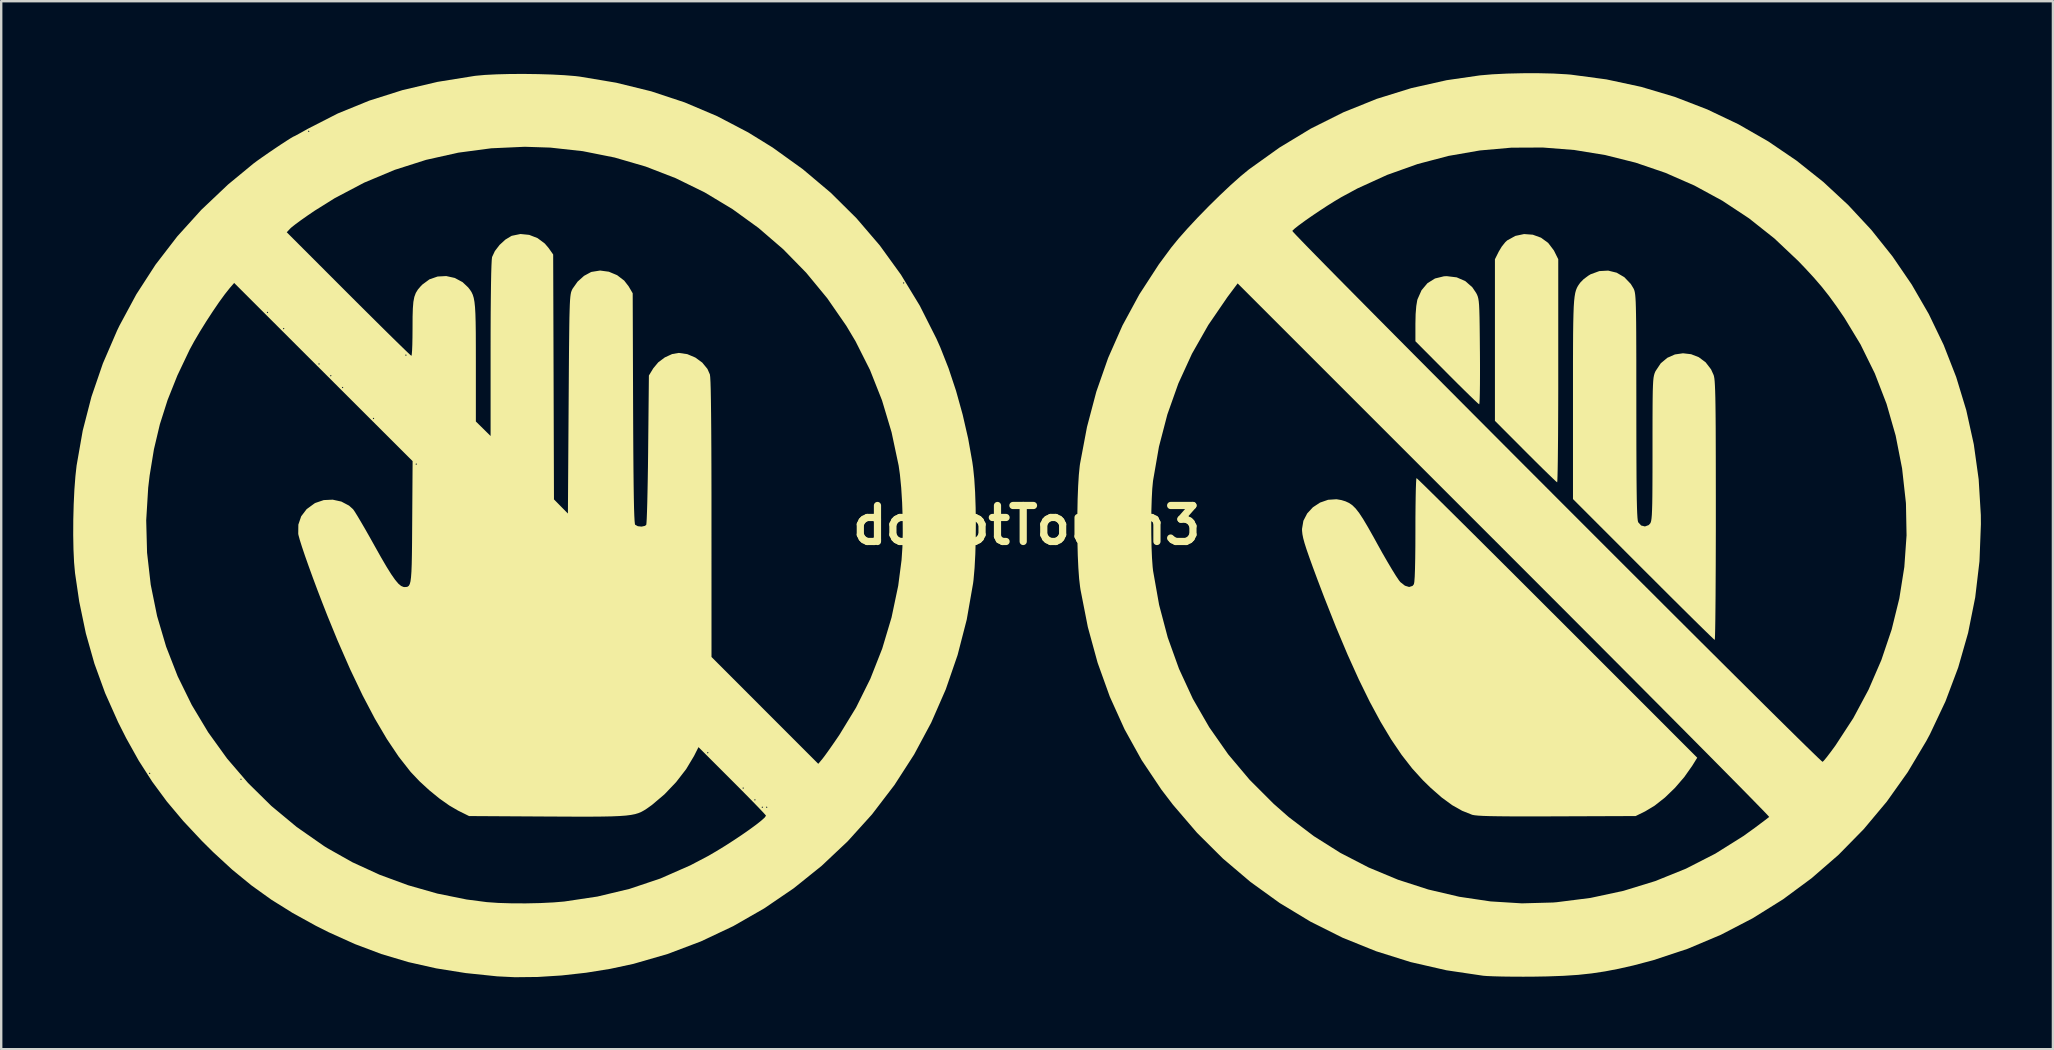
<source format=kicad_pcb>
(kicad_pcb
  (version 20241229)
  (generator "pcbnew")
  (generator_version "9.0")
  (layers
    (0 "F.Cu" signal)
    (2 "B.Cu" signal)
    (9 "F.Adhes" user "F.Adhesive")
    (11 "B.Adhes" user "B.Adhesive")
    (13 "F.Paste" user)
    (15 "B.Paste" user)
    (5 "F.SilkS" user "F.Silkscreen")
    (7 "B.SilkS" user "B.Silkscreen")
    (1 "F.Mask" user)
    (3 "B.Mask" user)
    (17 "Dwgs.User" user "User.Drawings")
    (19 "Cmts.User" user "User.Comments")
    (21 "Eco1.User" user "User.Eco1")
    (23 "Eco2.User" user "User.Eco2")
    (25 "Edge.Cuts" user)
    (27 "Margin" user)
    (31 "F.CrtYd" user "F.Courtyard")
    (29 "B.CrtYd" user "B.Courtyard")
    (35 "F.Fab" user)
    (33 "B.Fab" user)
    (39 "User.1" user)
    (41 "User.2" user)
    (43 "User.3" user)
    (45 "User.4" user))
  (footprint "doNotTouch3"
    (layer "F.Cu")
    (at 39.721 18.831)
    (property "Reference" "doNotTouch3" (at 0 0 0) (layer "F.SilkS") (effects (font (size 1.5 1.5) (thickness 0.3))))
    (attr board_only exclude_from_pos_files exclude_from_bom)
    (fp_poly (pts (xy 21.087 -12.103) (xy 21.429 -11.979) (xy 21.727 -11.762) (xy 21.959 -11.457) (xy 21.986 -11.407) (xy 22.148 -11.081) (xy 22.148 -6.43) (xy 22.148 -5.687) (xy 22.146 -4.981) (xy 22.143 -4.321) (xy 22.14 -3.716) (xy 22.135 -3.177) (xy 22.13 -2.712) (xy 22.124 -2.332) (xy 22.117 -2.044) (xy 22.11 -1.86) (xy 22.103 -1.787) (xy 22.102 -1.787) (xy 22.049 -1.83) (xy 21.92 -1.951) (xy 21.728 -2.136) (xy 21.482 -2.376) (xy 21.195 -2.66) (xy 20.877 -2.977) (xy 20.783 -3.071) (xy 19.51 -4.348) (xy 19.51 -7.714) (xy 19.51 -11.081) (xy 19.67 -11.401) (xy 19.795 -11.609) (xy 19.941 -11.791) (xy 20.023 -11.867) (xy 20.362 -12.053) (xy 20.724 -12.13)) (stroke (width 0) (type solid)) (fill yes) (layer "F.SilkS"))
    (fp_poly (pts (xy 17.917 -10.326) (xy 18.275 -10.17) (xy 18.566 -9.915) (xy 18.728 -9.675) (xy 18.765 -9.603) (xy 18.794 -9.53) (xy 18.817 -9.441) (xy 18.836 -9.323) (xy 18.85 -9.163) (xy 18.86 -8.947) (xy 18.868 -8.663) (xy 18.874 -8.297) (xy 18.879 -7.836) (xy 18.884 -7.266) (xy 18.885 -7.224) (xy 18.888 -6.72) (xy 18.888 -6.256) (xy 18.886 -5.848) (xy 18.881 -5.508) (xy 18.874 -5.25) (xy 18.865 -5.088) (xy 18.854 -5.036) (xy 18.8 -5.079) (xy 18.671 -5.199) (xy 18.477 -5.385) (xy 18.231 -5.626) (xy 17.942 -5.911) (xy 17.623 -6.23) (xy 17.501 -6.353) (xy 16.197 -7.664) (xy 16.197 -8.393) (xy 16.206 -8.794) (xy 16.233 -9.13) (xy 16.274 -9.375) (xy 16.284 -9.411) (xy 16.453 -9.791) (xy 16.699 -10.083) (xy 17.013 -10.279) (xy 17.385 -10.37) (xy 17.503 -10.376)) (stroke (width 0) (type solid)) (fill yes) (layer "F.SilkS"))
    (fp_poly (pts (xy 16.291 -1.921) (xy 16.421 -1.796) (xy 16.628 -1.595) (xy 16.905 -1.322) (xy 17.25 -0.982) (xy 17.655 -0.581) (xy 18.117 -0.123) (xy 18.631 0.387) (xy 19.19 0.944) (xy 19.791 1.542) (xy 20.428 2.177) (xy 21.096 2.844) (xy 21.789 3.537) (xy 22.114 3.861) (xy 27.938 9.686) (xy 27.728 10.025) (xy 27.397 10.494) (xy 27.01 10.943) (xy 26.59 11.348) (xy 26.162 11.685) (xy 25.77 11.921) (xy 25.372 12.117) (xy 22.088 12.129) (xy 21.321 12.132) (xy 20.669 12.132) (xy 20.121 12.13) (xy 19.671 12.126) (xy 19.309 12.12) (xy 19.027 12.111) (xy 18.816 12.099) (xy 18.667 12.084) (xy 18.572 12.067) (xy 18.559 12.063) (xy 18.143 11.897) (xy 17.727 11.662) (xy 17.296 11.347) (xy 16.833 10.941) (xy 16.504 10.62) (xy 16.063 10.134) (xy 15.624 9.57) (xy 15.185 8.922) (xy 14.743 8.185) (xy 14.295 7.355) (xy 13.839 6.426) (xy 13.372 5.393) (xy 12.891 4.252) (xy 12.395 2.998) (xy 12.118 2.27) (xy 11.927 1.756) (xy 11.777 1.34) (xy 11.662 1.01) (xy 11.579 0.749) (xy 11.523 0.543) (xy 11.49 0.377) (xy 11.475 0.236) (xy 11.473 0.155) (xy 11.53 -0.184) (xy 11.688 -0.489) (xy 11.926 -0.747) (xy 12.223 -0.942) (xy 12.559 -1.059) (xy 12.912 -1.082) (xy 13.117 -1.046) (xy 13.286 -0.994) (xy 13.435 -0.925) (xy 13.573 -0.829) (xy 13.71 -0.693) (xy 13.857 -0.504) (xy 14.024 -0.249) (xy 14.221 0.083) (xy 14.459 0.505) (xy 14.602 0.765) (xy 14.819 1.156) (xy 15.029 1.52) (xy 15.22 1.842) (xy 15.382 2.104) (xy 15.506 2.289) (xy 15.57 2.37) (xy 15.761 2.52) (xy 15.936 2.574) (xy 16.077 2.529) (xy 16.134 2.458) (xy 16.152 2.361) (xy 16.168 2.146) (xy 16.18 1.821) (xy 16.189 1.39) (xy 16.195 0.86) (xy 16.197 0.236) (xy 16.197 0.188) (xy 16.198 -0.312) (xy 16.202 -0.771) (xy 16.208 -1.175) (xy 16.215 -1.51) (xy 16.224 -1.762) (xy 16.234 -1.917) (xy 16.243 -1.963)) (stroke (width 0) (type solid)) (fill yes) (layer "F.SilkS"))
    (fp_poly (pts (xy 24.582 -10.52) (xy 24.902 -10.332) (xy 25.169 -10.052) (xy 25.283 -9.865) (xy 25.305 -9.818) (xy 25.324 -9.764) (xy 25.34 -9.692) (xy 25.354 -9.596) (xy 25.365 -9.466) (xy 25.375 -9.294) (xy 25.382 -9.071) (xy 25.388 -8.788) (xy 25.393 -8.438) (xy 25.396 -8.012) (xy 25.398 -7.501) (xy 25.4 -6.897) (xy 25.4 -6.191) (xy 25.401 -5.375) (xy 25.401 -4.957) (xy 25.402 -4.042) (xy 25.403 -3.242) (xy 25.406 -2.552) (xy 25.409 -1.964) (xy 25.414 -1.471) (xy 25.42 -1.067) (xy 25.428 -0.744) (xy 25.437 -0.495) (xy 25.448 -0.315) (xy 25.461 -0.195) (xy 25.476 -0.13) (xy 25.479 -0.123) (xy 25.601 0.012) (xy 25.76 0.052) (xy 25.914 -0.005) (xy 25.977 -0.072) (xy 26 -0.115) (xy 26.019 -0.182) (xy 26.034 -0.283) (xy 26.047 -0.429) (xy 26.056 -0.63) (xy 26.064 -0.896) (xy 26.069 -1.237) (xy 26.072 -1.665) (xy 26.074 -2.189) (xy 26.075 -2.821) (xy 26.075 -3.185) (xy 26.075 -3.866) (xy 26.076 -4.436) (xy 26.078 -4.906) (xy 26.081 -5.286) (xy 26.086 -5.588) (xy 26.094 -5.822) (xy 26.104 -6.001) (xy 26.117 -6.135) (xy 26.135 -6.235) (xy 26.156 -6.312) (xy 26.182 -6.378) (xy 26.203 -6.423) (xy 26.418 -6.745) (xy 26.693 -6.975) (xy 27.008 -7.114) (xy 27.345 -7.163) (xy 27.683 -7.124) (xy 28.003 -6.999) (xy 28.287 -6.788) (xy 28.514 -6.493) (xy 28.622 -6.254) (xy 28.638 -6.195) (xy 28.653 -6.108) (xy 28.665 -5.986) (xy 28.675 -5.821) (xy 28.684 -5.607) (xy 28.692 -5.334) (xy 28.698 -4.997) (xy 28.703 -4.586) (xy 28.707 -4.096) (xy 28.709 -3.517) (xy 28.711 -2.842) (xy 28.712 -2.065) (xy 28.713 -1.177) (xy 28.713 -0.606) (xy 28.713 0.196) (xy 28.711 0.961) (xy 28.709 1.682) (xy 28.705 2.348) (xy 28.702 2.953) (xy 28.697 3.486) (xy 28.692 3.94) (xy 28.686 4.304) (xy 28.68 4.572) (xy 28.673 4.733) (xy 28.667 4.78) (xy 28.617 4.737) (xy 28.488 4.614) (xy 28.286 4.418) (xy 28.019 4.157) (xy 27.695 3.837) (xy 27.32 3.466) (xy 26.901 3.05) (xy 26.446 2.597) (xy 25.963 2.114) (xy 25.691 1.843) (xy 22.762 -1.089) (xy 22.762 -5.261) (xy 22.762 -6.104) (xy 22.762 -6.834) (xy 22.764 -7.459) (xy 22.767 -7.989) (xy 22.773 -8.432) (xy 22.782 -8.799) (xy 22.793 -9.097) (xy 22.809 -9.337) (xy 22.83 -9.526) (xy 22.855 -9.675) (xy 22.887 -9.792) (xy 22.925 -9.887) (xy 22.969 -9.969) (xy 23.021 -10.046) (xy 23.072 -10.115) (xy 23.206 -10.251) (xy 23.396 -10.393) (xy 23.498 -10.455) (xy 23.86 -10.587) (xy 24.228 -10.607)) (stroke (width 0) (type solid)) (fill yes) (layer "F.SilkS"))
    (fp_poly (pts (xy 21.943 -18.817) (xy 22.497 -18.786) (xy 22.67 -18.772) (xy 24.157 -18.573) (xy 25.604 -18.262) (xy 27.005 -17.844) (xy 28.357 -17.322) (xy 29.656 -16.703) (xy 30.896 -15.991) (xy 32.074 -15.19) (xy 33.185 -14.306) (xy 34.224 -13.343) (xy 35.189 -12.306) (xy 36.073 -11.199) (xy 36.873 -10.028) (xy 37.585 -8.797) (xy 38.204 -7.511) (xy 38.726 -6.175) (xy 39.146 -4.794) (xy 39.46 -3.371) (xy 39.663 -1.913) (xy 39.753 -0.423) (xy 39.756 -0.04) (xy 39.697 1.5) (xy 39.519 3.009) (xy 39.223 4.486) (xy 38.81 5.929) (xy 38.281 7.336) (xy 37.635 8.704) (xy 37.483 8.988) (xy 36.706 10.29) (xy 35.834 11.517) (xy 34.873 12.664) (xy 33.829 13.728) (xy 32.706 14.704) (xy 31.51 15.588) (xy 30.247 16.376) (xy 28.922 17.064) (xy 27.54 17.647) (xy 26.107 18.122) (xy 25.277 18.341) (xy 24.663 18.48) (xy 24.095 18.589) (xy 23.543 18.672) (xy 22.977 18.733) (xy 22.368 18.773) (xy 21.686 18.798) (xy 21.167 18.807) (xy 20.699 18.81) (xy 20.241 18.808) (xy 19.818 18.803) (xy 19.452 18.793) (xy 19.168 18.781) (xy 19.019 18.769) (xy 17.489 18.542) (xy 16 18.201) (xy 14.557 17.748) (xy 13.164 17.186) (xy 11.826 16.516) (xy 10.546 15.742) (xy 9.329 14.865) (xy 8.179 13.889) (xy 7.1 12.816) (xy 6.097 11.647) (xy 5.611 11.01) (xy 4.793 9.788) (xy 4.079 8.501) (xy 3.467 7.148) (xy 2.957 5.729) (xy 2.55 4.243) (xy 2.245 2.689) (xy 2.228 2.577) (xy 2.187 2.229) (xy 2.155 1.782) (xy 2.131 1.261) (xy 2.117 0.689) (xy 2.111 0.09) (xy 2.112 -0.111) (xy 5.191 -0.111) (xy 5.194 0.412) (xy 5.204 0.914) (xy 5.223 1.366) (xy 5.25 1.74) (xy 5.268 1.902) (xy 5.519 3.318) (xy 5.879 4.679) (xy 6.348 5.984) (xy 6.924 7.231) (xy 7.608 8.418) (xy 8.397 9.545) (xy 9.293 10.609) (xy 10.293 11.609) (xy 10.919 12.159) (xy 11.959 12.95) (xy 13.072 13.652) (xy 14.247 14.259) (xy 15.471 14.769) (xy 16.734 15.177) (xy 18.022 15.479) (xy 19.326 15.673) (xy 20.632 15.754) (xy 21.928 15.719) (xy 22.087 15.706) (xy 23.494 15.527) (xy 24.863 15.233) (xy 26.189 14.826) (xy 27.468 14.309) (xy 28.694 13.682) (xy 29.864 12.948) (xy 30.342 12.604) (xy 30.567 12.435) (xy 30.756 12.293) (xy 30.886 12.193) (xy 30.936 12.154) (xy 30.897 12.108) (xy 30.775 11.978) (xy 30.573 11.77) (xy 30.295 11.485) (xy 29.945 11.128) (xy 29.526 10.703) (xy 29.042 10.213) (xy 28.497 9.662) (xy 27.894 9.054) (xy 27.236 8.391) (xy 26.528 7.679) (xy 25.772 6.919) (xy 24.974 6.117) (xy 24.135 5.275) (xy 23.26 4.398) (xy 22.353 3.489) (xy 21.416 2.551) (xy 20.455 1.589) (xy 19.886 1.02) (xy 8.791 -10.074) (xy 8.363 -9.501) (xy 7.568 -8.34) (xy 6.887 -7.142) (xy 6.32 -5.903) (xy 5.863 -4.615) (xy 5.513 -3.272) (xy 5.269 -1.869) (xy 5.265 -1.841) (xy 5.234 -1.519) (xy 5.212 -1.105) (xy 5.197 -0.626) (xy 5.191 -0.111) (xy 2.112 -0.111) (xy 2.114 -0.512) (xy 2.125 -1.094) (xy 2.146 -1.631) (xy 2.175 -2.099) (xy 2.213 -2.476) (xy 2.224 -2.554) (xy 2.515 -4.094) (xy 2.904 -5.564) (xy 3.396 -6.97) (xy 3.992 -8.319) (xy 4.695 -9.616) (xy 5.507 -10.866) (xy 6.023 -11.565) (xy 6.328 -11.939) (xy 6.613 -12.261) (xy 11.068 -12.261) (xy 11.107 -12.213) (xy 11.229 -12.082) (xy 11.429 -11.874) (xy 11.702 -11.592) (xy 12.045 -11.242) (xy 12.452 -10.827) (xy 12.919 -10.353) (xy 13.443 -9.823) (xy 14.018 -9.242) (xy 14.64 -8.614) (xy 15.304 -7.945) (xy 16.007 -7.237) (xy 16.743 -6.497) (xy 17.509 -5.728) (xy 18.299 -4.934) (xy 19.11 -4.12) (xy 19.936 -3.291) (xy 20.774 -2.451) (xy 21.619 -1.605) (xy 22.467 -0.756) (xy 23.313 0.09) (xy 24.152 0.93) (xy 24.981 1.758) (xy 25.795 2.571) (xy 26.589 3.364) (xy 27.359 4.132) (xy 28.1 4.871) (xy 28.809 5.576) (xy 29.48 6.244) (xy 30.11 6.869) (xy 30.693 7.448) (xy 31.225 7.975) (xy 31.703 8.447) (xy 32.12 8.858) (xy 32.474 9.205) (xy 32.76 9.483) (xy 32.972 9.688) (xy 33.107 9.814) (xy 33.161 9.859) (xy 33.161 9.859) (xy 33.218 9.804) (xy 33.33 9.668) (xy 33.482 9.47) (xy 33.66 9.228) (xy 33.703 9.168) (xy 34.439 8.039) (xy 35.075 6.852) (xy 35.609 5.618) (xy 36.038 4.347) (xy 36.358 3.05) (xy 36.566 1.739) (xy 36.659 0.423) (xy 36.634 -0.886) (xy 36.63 -0.949) (xy 36.473 -2.364) (xy 36.205 -3.733) (xy 35.826 -5.054) (xy 35.337 -6.322) (xy 34.739 -7.536) (xy 34.068 -8.643) (xy 33.736 -9.127) (xy 33.431 -9.547) (xy 33.126 -9.933) (xy 32.795 -10.317) (xy 32.412 -10.731) (xy 32.15 -11.005) (xy 31.156 -11.944) (xy 30.099 -12.782) (xy 28.985 -13.518) (xy 27.821 -14.151) (xy 26.614 -14.68) (xy 25.373 -15.104) (xy 24.103 -15.422) (xy 22.811 -15.633) (xy 21.506 -15.735) (xy 20.194 -15.729) (xy 18.883 -15.613) (xy 17.578 -15.386) (xy 16.289 -15.047) (xy 15.021 -14.595) (xy 13.782 -14.03) (xy 13.112 -13.668) (xy 12.83 -13.5) (xy 12.518 -13.305) (xy 12.196 -13.094) (xy 11.881 -12.882) (xy 11.593 -12.681) (xy 11.35 -12.503) (xy 11.171 -12.362) (xy 11.075 -12.27) (xy 11.068 -12.261) (xy 6.613 -12.261) (xy 6.706 -12.366) (xy 7.134 -12.825) (xy 7.591 -13.293) (xy 8.056 -13.75) (xy 8.507 -14.175) (xy 8.923 -14.545) (xy 9.264 -14.825) (xy 10.531 -15.731) (xy 11.841 -16.524) (xy 13.194 -17.201) (xy 14.588 -17.763) (xy 16.024 -18.209) (xy 17.499 -18.54) (xy 18.879 -18.74) (xy 19.404 -18.785) (xy 20.012 -18.815) (xy 20.662 -18.83) (xy 21.319 -18.831)) (stroke (width 0) (type solid)) (fill yes) (layer "F.SilkS"))
    (fp_poly (pts (xy -20.35 -18.793) (xy -19.776 -18.776) (xy -19.248 -18.748) (xy -18.797 -18.711) (xy -18.621 -18.69) (xy -17.099 -18.435) (xy -15.642 -18.077) (xy -14.244 -17.614) (xy -12.899 -17.044) (xy -11.601 -16.365) (xy -10.583 -15.736) (xy -9.324 -14.831) (xy -8.16 -13.85) (xy -7.092 -12.792) (xy -6.118 -11.656) (xy -5.239 -10.441) (xy -4.452 -9.147) (xy -3.758 -7.772) (xy -3.592 -7.398) (xy -3.254 -6.541) (xy -2.941 -5.6) (xy -2.666 -4.61) (xy -2.436 -3.609) (xy -2.263 -2.635) (xy -2.229 -2.393) (xy -2.181 -1.926) (xy -2.146 -1.367) (xy -2.125 -0.746) (xy -2.116 -0.091) (xy -2.121 0.568) (xy -2.138 1.203) (xy -2.169 1.783) (xy -2.213 2.281) (xy -2.231 2.423) (xy -2.496 3.935) (xy -2.876 5.408) (xy -3.369 6.839) (xy -3.974 8.222) (xy -4.687 9.552) (xy -5.508 10.825) (xy -6.433 12.035) (xy -6.453 12.059) (xy -7.454 13.167) (xy -8.54 14.191) (xy -9.702 15.125) (xy -10.933 15.964) (xy -12.225 16.704) (xy -13.57 17.339) (xy -14.961 17.865) (xy -16.381 18.275) (xy -17.345 18.482) (xy -18.352 18.644) (xy -19.371 18.758) (xy -20.371 18.821) (xy -21.32 18.831) (xy -22.056 18.795) (xy -23.372 18.658) (xy -24.6 18.462) (xy -25.762 18.2) (xy -26.883 17.865) (xy -27.983 17.451) (xy -29.087 16.953) (xy -29.617 16.686) (xy -30.581 16.154) (xy -31.463 15.603) (xy -32.29 15.01) (xy -33.089 14.357) (xy -33.889 13.621) (xy -34.363 13.15) (xy -35.139 12.321) (xy -35.822 11.508) (xy -36.432 10.681) (xy -36.494 10.583) (xy -32.762 10.583) (xy -32.732 10.614) (xy -32.701 10.583) (xy -32.732 10.553) (xy -32.762 10.583) (xy -36.494 10.583) (xy -36.652 10.338) (xy -36.566 10.338) (xy -36.536 10.369) (xy -36.505 10.338) (xy -36.536 10.307) (xy -36.566 10.338) (xy -36.652 10.338) (xy -36.99 9.811) (xy -37.517 8.867) (xy -37.85 8.207) (xy -38.392 6.992) (xy -38.838 5.765) (xy -39.195 4.504) (xy -39.47 3.184) (xy -39.645 1.994) (xy -39.685 1.548) (xy -39.71 1.01) (xy -39.721 0.409) (xy -39.718 -0.203) (xy -36.68 -0.203) (xy -36.644 1.146) (xy -36.492 2.477) (xy -36.227 3.782) (xy -35.851 5.057) (xy -35.369 6.294) (xy -34.783 7.487) (xy -34.097 8.63) (xy -33.314 9.717) (xy -32.436 10.74) (xy -31.468 11.694) (xy -30.411 12.572) (xy -29.27 13.368) (xy -29.143 13.448) (xy -28.087 14.043) (xy -26.954 14.563) (xy -25.766 15) (xy -24.549 15.347) (xy -23.328 15.594) (xy -22.486 15.703) (xy -22.013 15.736) (xy -21.459 15.753) (xy -20.862 15.755) (xy -20.263 15.742) (xy -19.701 15.714) (xy -19.265 15.678) (xy -17.883 15.471) (xy -16.548 15.152) (xy -15.259 14.719) (xy -14.012 14.171) (xy -13.283 13.788) (xy -12.939 13.589) (xy -12.578 13.368) (xy -12.216 13.136) (xy -11.867 12.903) (xy -11.547 12.68) (xy -11.271 12.478) (xy -11.055 12.307) (xy -10.912 12.178) (xy -10.859 12.102) (xy -10.859 12.1) (xy -10.901 12.048) (xy -11.02 11.919) (xy -11.182 11.749) (xy -11.043 11.749) (xy -11.013 11.78) (xy -10.982 11.749) (xy -10.859 11.749) (xy -10.829 11.78) (xy -10.798 11.749) (xy -10.829 11.718) (xy -10.859 11.749) (xy -10.982 11.749) (xy -11.013 11.718) (xy -11.043 11.749) (xy -11.182 11.749) (xy -11.205 11.725) (xy -11.447 11.476) (xy -11.48 11.442) (xy -11.35 11.442) (xy -11.32 11.473) (xy -11.289 11.442) (xy -11.32 11.412) (xy -11.35 11.442) (xy -11.48 11.442) (xy -11.734 11.184) (xy -11.965 10.951) (xy -11.841 10.951) (xy -11.81 10.982) (xy -11.78 10.951) (xy -11.81 10.921) (xy -11.841 10.951) (xy -11.965 10.951) (xy -12.058 10.858) (xy -12.265 10.65) (xy -13.437 9.479) (xy -13.314 9.479) (xy -13.283 9.51) (xy -13.252 9.479) (xy -13.283 9.448) (xy -13.314 9.479) (xy -13.437 9.479) (xy -13.671 9.246) (xy -13.857 9.615) (xy -14.184 10.161) (xy -14.603 10.703) (xy -15.087 11.211) (xy -15.608 11.653) (xy -15.822 11.806) (xy -15.936 11.879) (xy -16.048 11.941) (xy -16.17 11.993) (xy -16.312 12.036) (xy -16.484 12.07) (xy -16.697 12.097) (xy -16.962 12.116) (xy -17.289 12.13) (xy -17.688 12.138) (xy -18.17 12.142) (xy -18.746 12.142) (xy -19.426 12.139) (xy -20.035 12.136) (xy -23.229 12.117) (xy -23.685 11.891) (xy -24.054 11.676) (xy -24.464 11.386) (xy -24.885 11.043) (xy -25.288 10.673) (xy -25.643 10.299) (xy -25.674 10.264) (xy -26.16 9.644) (xy -26.653 8.909) (xy -27.154 8.059) (xy -27.663 7.092) (xy -28.181 6.006) (xy -28.709 4.801) (xy -29.13 3.773) (xy -29.34 3.237) (xy -29.545 2.704) (xy -29.737 2.189) (xy -29.912 1.707) (xy -30.065 1.274) (xy -30.19 0.903) (xy -30.282 0.611) (xy -30.336 0.411) (xy -30.346 0.358) (xy -30.341 -0.025) (xy -30.223 -0.371) (xy -29.996 -0.669) (xy -29.666 -0.91) (xy -29.63 -0.929) (xy -29.282 -1.047) (xy -28.911 -1.064) (xy -28.55 -0.985) (xy -28.229 -0.816) (xy -28.062 -0.666) (xy -27.997 -0.573) (xy -27.882 -0.389) (xy -27.729 -0.131) (xy -27.545 0.185) (xy -27.342 0.543) (xy -27.183 0.828) (xy -26.9 1.332) (xy -26.665 1.734) (xy -26.47 2.046) (xy -26.309 2.276) (xy -26.175 2.435) (xy -26.061 2.53) (xy -25.96 2.573) (xy -25.917 2.577) (xy -25.845 2.574) (xy -25.786 2.56) (xy -25.738 2.522) (xy -25.699 2.451) (xy -25.669 2.336) (xy -25.647 2.167) (xy -25.63 1.932) (xy -25.618 1.621) (xy -25.61 1.224) (xy -25.604 0.73) (xy -25.6 0.127) (xy -25.598 -0.147) (xy -25.582 -2.546) (xy -25.461 -2.546) (xy -25.431 -2.515) (xy -25.4 -2.546) (xy -25.431 -2.577) (xy -25.461 -2.546) (xy -25.582 -2.546) (xy -25.581 -2.669) (xy -27.363 -4.448) (xy -27.241 -4.448) (xy -27.21 -4.417) (xy -27.179 -4.448) (xy -27.21 -4.479) (xy -27.241 -4.448) (xy -27.363 -4.448) (xy -28.653 -5.736) (xy -28.529 -5.736) (xy -28.498 -5.706) (xy -28.468 -5.736) (xy -28.498 -5.767) (xy -28.529 -5.736) (xy -28.653 -5.736) (xy -29.144 -6.227) (xy -29.02 -6.227) (xy -28.989 -6.197) (xy -28.958 -6.227) (xy -28.989 -6.258) (xy -29.02 -6.227) (xy -29.144 -6.227) (xy -29.298 -6.381) (xy -29.636 -6.718) (xy -29.511 -6.718) (xy -29.48 -6.687) (xy -29.449 -6.718) (xy -29.48 -6.749) (xy -29.511 -6.718) (xy -29.636 -6.718) (xy -30.005 -7.086) (xy -25.891 -7.086) (xy -25.86 -7.056) (xy -25.829 -7.086) (xy -25.86 -7.117) (xy -25.891 -7.086) (xy -30.005 -7.086) (xy -31.111 -8.191) (xy -30.983 -8.191) (xy -30.952 -8.16) (xy -30.922 -8.191) (xy -30.952 -8.221) (xy -30.983 -8.191) (xy -31.111 -8.191) (xy -31.786 -8.865) (xy -31.658 -8.865) (xy -31.627 -8.835) (xy -31.597 -8.865) (xy -31.627 -8.896) (xy -31.658 -8.865) (xy -31.786 -8.865) (xy -33.015 -10.093) (xy -33.201 -9.878) (xy -33.403 -9.624) (xy -33.647 -9.289) (xy -33.913 -8.898) (xy -34.186 -8.479) (xy -34.448 -8.057) (xy -34.682 -7.659) (xy -34.871 -7.312) (xy -34.878 -7.297) (xy -35.381 -6.239) (xy -35.789 -5.217) (xy -36.112 -4.201) (xy -36.358 -3.162) (xy -36.537 -2.07) (xy -36.597 -1.564) (xy -36.68 -0.203) (xy -39.718 -0.203) (xy -39.718 -0.226) (xy -39.701 -0.866) (xy -39.672 -1.481) (xy -39.629 -2.042) (xy -39.58 -2.485) (xy -39.325 -3.939) (xy -38.961 -5.352) (xy -38.485 -6.739) (xy -37.891 -8.114) (xy -37.795 -8.313) (xy -37.091 -9.619) (xy -36.29 -10.857) (xy -35.387 -12.03) (xy -35.229 -12.205) (xy -30.825 -12.205) (xy -28.251 -9.63) (xy -27.786 -9.166) (xy -27.346 -8.729) (xy -26.94 -8.326) (xy -26.575 -7.965) (xy -26.258 -7.654) (xy -25.997 -7.4) (xy -25.801 -7.21) (xy -25.676 -7.093) (xy -25.63 -7.056) (xy -25.616 -7.114) (xy -25.603 -7.276) (xy -25.593 -7.523) (xy -25.587 -7.836) (xy -25.584 -8.197) (xy -25.584 -8.224) (xy -25.582 -8.68) (xy -25.571 -9.034) (xy -25.549 -9.305) (xy -25.509 -9.512) (xy -25.448 -9.677) (xy -25.361 -9.818) (xy -25.244 -9.955) (xy -25.176 -10.025) (xy -24.88 -10.243) (xy -24.539 -10.361) (xy -24.18 -10.38) (xy -23.825 -10.301) (xy -23.5 -10.127) (xy -23.267 -9.907) (xy -23.191 -9.81) (xy -23.127 -9.713) (xy -23.076 -9.604) (xy -23.035 -9.471) (xy -23.004 -9.301) (xy -22.981 -9.084) (xy -22.965 -8.805) (xy -22.955 -8.454) (xy -22.949 -8.018) (xy -22.947 -7.484) (xy -22.946 -6.841) (xy -22.946 -6.77) (xy -22.946 -4.321) (xy -22.639 -4.019) (xy -22.332 -3.716) (xy -22.332 -7.334) (xy -22.331 -8.13) (xy -22.328 -8.849) (xy -22.322 -9.483) (xy -22.315 -10.027) (xy -22.307 -10.474) (xy -22.296 -10.818) (xy -22.284 -11.052) (xy -22.271 -11.171) (xy -22.27 -11.174) (xy -22.153 -11.423) (xy -21.957 -11.678) (xy -21.716 -11.899) (xy -21.466 -12.05) (xy -21.442 -12.059) (xy -21.088 -12.132) (xy -20.724 -12.096) (xy -20.377 -11.961) (xy -20.073 -11.734) (xy -19.912 -11.544) (xy -19.725 -11.278) (xy -19.708 -6.177) (xy -19.692 -1.076) (xy -19.402 -0.781) (xy -19.111 -0.486) (xy -19.081 -5.044) (xy -19.075 -5.9) (xy -19.07 -6.642) (xy -19.065 -7.279) (xy -19.059 -7.819) (xy -19.054 -8.271) (xy -19.048 -8.643) (xy -19.04 -8.945) (xy -19.032 -9.185) (xy -19.022 -9.372) (xy -19.01 -9.514) (xy -18.996 -9.62) (xy -18.98 -9.699) (xy -18.96 -9.76) (xy -18.938 -9.81) (xy -18.916 -9.853) (xy -18.708 -10.147) (xy -18.439 -10.389) (xy -18.147 -10.547) (xy -18.128 -10.553) (xy -17.771 -10.61) (xy -17.406 -10.561) (xy -17.061 -10.417) (xy -16.766 -10.191) (xy -16.582 -9.953) (xy -16.412 -9.663) (xy -16.395 -4.882) (xy -16.391 -3.901) (xy -16.386 -3.039) (xy -16.38 -2.294) (xy -16.373 -1.66) (xy -16.365 -1.135) (xy -16.356 -0.715) (xy -16.345 -0.397) (xy -16.333 -0.177) (xy -16.32 -0.052) (xy -16.311 -0.02) (xy -16.198 0.042) (xy -16.041 0.058) (xy -15.901 0.027) (xy -15.848 -0.015) (xy -15.838 -0.09) (xy -15.827 -0.276) (xy -15.816 -0.56) (xy -15.805 -0.931) (xy -15.795 -1.376) (xy -15.785 -1.885) (xy -15.776 -2.444) (xy -15.769 -3.042) (xy -15.768 -3.165) (xy -15.737 -6.237) (xy -15.553 -6.539) (xy -15.347 -6.786) (xy -15.073 -6.991) (xy -14.771 -7.13) (xy -14.491 -7.178) (xy -14.138 -7.127) (xy -13.804 -6.986) (xy -13.514 -6.775) (xy -13.298 -6.511) (xy -13.196 -6.28) (xy -13.183 -6.175) (xy -13.171 -5.958) (xy -13.161 -5.628) (xy -13.153 -5.183) (xy -13.146 -4.623) (xy -13.14 -3.945) (xy -13.135 -3.15) (xy -13.132 -2.235) (xy -13.13 -1.2) (xy -13.13 -0.276) (xy -13.129 5.49) (xy -10.905 7.716) (xy -8.681 9.941) (xy -8.513 9.741) (xy -8.42 9.62) (xy -8.276 9.421) (xy -8.096 9.165) (xy -7.898 8.878) (xy -7.796 8.727) (xy -7.105 7.595) (xy -6.51 6.395) (xy -6.016 5.14) (xy -5.628 3.844) (xy -5.35 2.521) (xy -5.211 1.452) (xy -5.176 0.931) (xy -5.161 0.335) (xy -5.165 -0.301) (xy -5.187 -0.943) (xy -5.225 -1.558) (xy -5.279 -2.111) (xy -5.332 -2.485) (xy -5.627 -3.874) (xy -6.025 -5.202) (xy -6.525 -6.466) (xy -7.128 -7.663) (xy -7.51 -8.304) (xy -8.306 -9.454) (xy -8.832 -10.093) (xy -5.154 -10.093) (xy -5.123 -10.062) (xy -5.092 -10.093) (xy -5.123 -10.123) (xy -5.154 -10.093) (xy -8.832 -10.093) (xy -9.185 -10.52) (xy -10.142 -11.498) (xy -11.17 -12.384) (xy -12.262 -13.174) (xy -13.414 -13.866) (xy -14.619 -14.457) (xy -15.871 -14.942) (xy -17.163 -15.318) (xy -18.491 -15.583) (xy -19.846 -15.732) (xy -20.908 -15.766) (xy -22.305 -15.703) (xy -23.677 -15.521) (xy -25.02 -15.221) (xy -26.328 -14.804) (xy -27.598 -14.272) (xy -28.824 -13.626) (xy -29.664 -13.101) (xy -29.962 -12.898) (xy -30.235 -12.706) (xy -30.46 -12.54) (xy -30.617 -12.417) (xy -30.674 -12.365) (xy -30.825 -12.205) (xy -35.229 -12.205) (xy -34.382 -13.141) (xy -33.27 -14.194) (xy -32.21 -15.068) (xy -32.053 -15.185) (xy -31.84 -15.336) (xy -31.592 -15.508) (xy -31.33 -15.686) (xy -31.075 -15.857) (xy -30.846 -16.006) (xy -30.665 -16.121) (xy -30.553 -16.187) (xy -30.528 -16.197) (xy -30.47 -16.225) (xy -30.328 -16.302) (xy -30.13 -16.412) (xy -29.94 -16.412) (xy -29.909 -16.381) (xy -29.879 -16.412) (xy -29.909 -16.443) (xy -29.94 -16.412) (xy -30.13 -16.412) (xy -30.125 -16.415) (xy -29.932 -16.523) (xy -28.697 -17.154) (xy -27.385 -17.689) (xy -25.998 -18.128) (xy -24.538 -18.471) (xy -23.007 -18.717) (xy -22.946 -18.725) (xy -22.558 -18.76) (xy -22.076 -18.784) (xy -21.529 -18.798) (xy -20.944 -18.801)) (stroke (width 0) (type solid)) (fill yes) (layer "F.SilkS")))
  (gr_rect
    (start -3 -3)
    (end 82.478 40.662)
    (stroke (width 0.1) (type default))
    (fill no)
    (layer "Edge.Cuts")))
</source>
